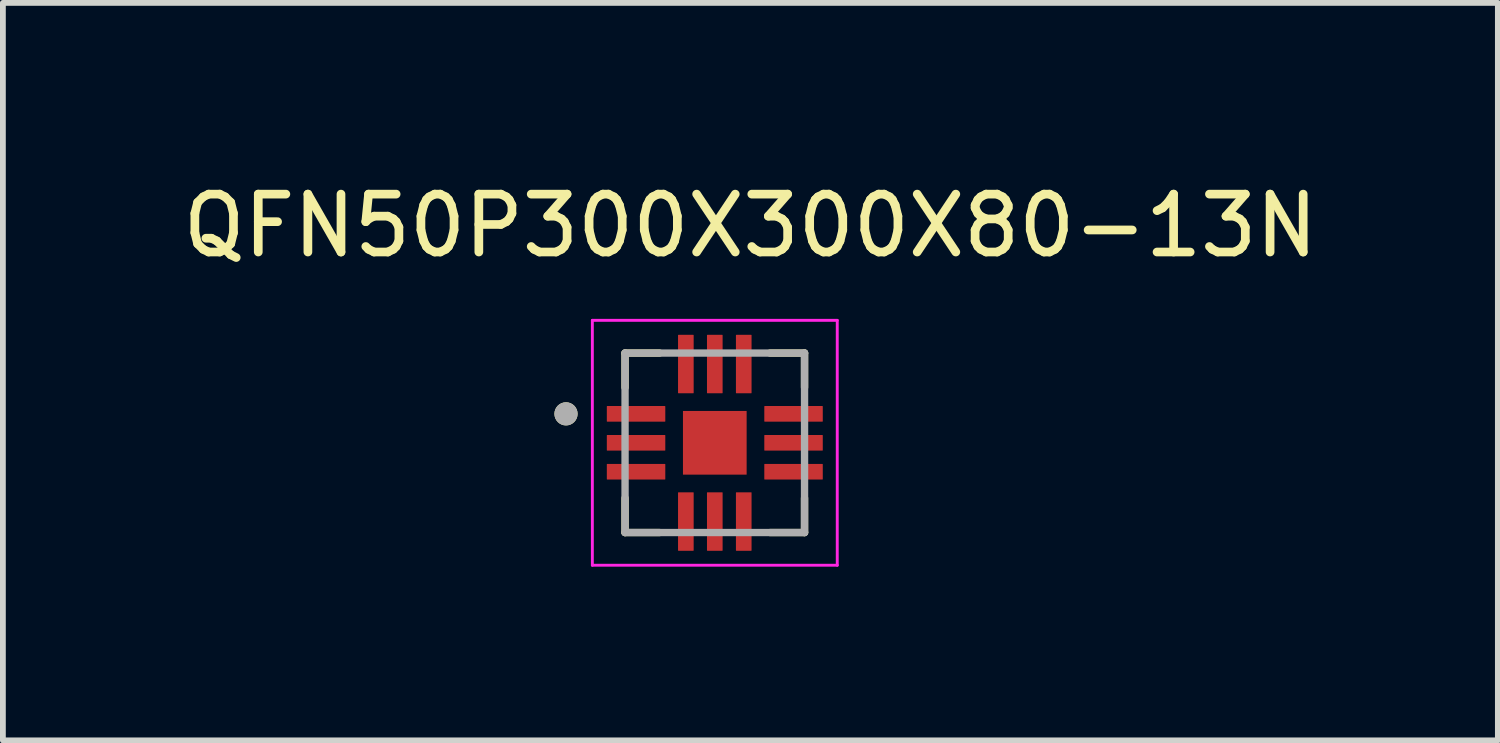
<source format=kicad_pcb>
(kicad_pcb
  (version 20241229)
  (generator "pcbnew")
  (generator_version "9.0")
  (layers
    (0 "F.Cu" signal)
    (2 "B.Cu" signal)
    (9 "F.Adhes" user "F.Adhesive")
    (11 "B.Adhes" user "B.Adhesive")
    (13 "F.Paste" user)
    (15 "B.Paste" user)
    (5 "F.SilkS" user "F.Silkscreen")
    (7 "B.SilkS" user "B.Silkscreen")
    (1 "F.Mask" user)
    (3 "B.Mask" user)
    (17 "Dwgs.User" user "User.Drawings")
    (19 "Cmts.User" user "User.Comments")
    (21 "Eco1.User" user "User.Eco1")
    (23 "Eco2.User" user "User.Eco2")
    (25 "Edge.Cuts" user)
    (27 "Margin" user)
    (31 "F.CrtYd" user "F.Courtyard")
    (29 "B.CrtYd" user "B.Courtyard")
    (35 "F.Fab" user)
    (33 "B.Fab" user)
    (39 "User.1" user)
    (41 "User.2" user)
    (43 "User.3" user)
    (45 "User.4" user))
  (footprint "QFN50P300X300X80-13N"
    (layer "F.Cu")
    (at 9.296 4.598)
    (property "Reference" "QFN50P300X300X80-13N" (at 0.615 -3.75 0) (layer "F.SilkS") (effects (font (size 1 1) (thickness 0.15))))
    (attr smd)
    (fp_line (start -1.55 -1.55) (end -1.55 -0.955) (stroke (width 0.127) (type solid)) (layer "F.SilkS"))
    (fp_line (start -1.55 -1.55) (end -0.955 -1.55) (stroke (width 0.127) (type solid)) (layer "F.SilkS"))
    (fp_line (start -1.55 1.55) (end -1.55 0.955) (stroke (width 0.127) (type solid)) (layer "F.SilkS"))
    (fp_line (start -1.55 1.55) (end -0.955 1.55) (stroke (width 0.127) (type solid)) (layer "F.SilkS"))
    (fp_line (start 1.55 -1.55) (end 0.955 -1.55) (stroke (width 0.127) (type solid)) (layer "F.SilkS"))
    (fp_line (start 1.55 -1.55) (end 1.55 -0.955) (stroke (width 0.127) (type solid)) (layer "F.SilkS"))
    (fp_line (start 1.55 1.55) (end 0.955 1.55) (stroke (width 0.127) (type solid)) (layer "F.SilkS"))
    (fp_line (start 1.55 1.55) (end 1.55 0.955) (stroke (width 0.127) (type solid)) (layer "F.SilkS"))
    (fp_circle (center -2.57 -0.5) (end -2.47 -0.5) (stroke (width 0.2) (type solid)) (fill no) (layer "F.SilkS"))
    (fp_poly (pts (xy -0.35 -0.35) (xy 0.35 -0.35) (xy 0.35 0.35) (xy -0.35 0.35)) (stroke (width 0.01) (type solid)) (fill yes) (layer "F.Paste"))
    (fp_line (start -2.115 -2.115) (end 2.115 -2.115) (stroke (width 0.05) (type solid)) (layer "F.CrtYd"))
    (fp_line (start -2.115 2.115) (end -2.115 -2.115) (stroke (width 0.05) (type solid)) (layer "F.CrtYd"))
    (fp_line (start -2.115 2.115) (end 2.115 2.115) (stroke (width 0.05) (type solid)) (layer "F.CrtYd"))
    (fp_line (start 2.115 2.115) (end 2.115 -2.115) (stroke (width 0.05) (type solid)) (layer "F.CrtYd"))
    (fp_line (start -1.55 1.55) (end -1.55 -1.55) (stroke (width 0.127) (type solid)) (layer "F.Fab"))
    (fp_line (start 1.55 -1.55) (end -1.55 -1.55) (stroke (width 0.127) (type solid)) (layer "F.Fab"))
    (fp_line (start 1.55 1.55) (end -1.55 1.55) (stroke (width 0.127) (type solid)) (layer "F.Fab"))
    (fp_line (start 1.55 1.55) (end 1.55 -1.55) (stroke (width 0.127) (type solid)) (layer "F.Fab"))
    (fp_circle (center -2.57 -0.5) (end -2.47 -0.5) (stroke (width 0.2) (type solid)) (fill no) (layer "F.Fab"))
    (pad "1" smd roundrect (at -1.36 -0.5) (size 1.01 0.27) (layers "F.Cu" "F.Mask" "F.Paste") (roundrect_rratio 0.03))
    (pad "2" smd roundrect (at -1.36 0) (size 1.01 0.27) (layers "F.Cu" "F.Mask" "F.Paste") (roundrect_rratio 0.03))
    (pad "3" smd roundrect (at -1.36 0.5) (size 1.01 0.27) (layers "F.Cu" "F.Mask" "F.Paste") (roundrect_rratio 0.03))
    (pad "4" smd roundrect (at -0.5 1.36 90) (size 1.01 0.27) (layers "F.Cu" "F.Mask" "F.Paste") (roundrect_rratio 0.03))
    (pad "5" smd roundrect (at 0 1.36 90) (size 1.01 0.27) (layers "F.Cu" "F.Mask" "F.Paste") (roundrect_rratio 0.03))
    (pad "6" smd roundrect (at 0.5 1.36 90) (size 1.01 0.27) (layers "F.Cu" "F.Mask" "F.Paste") (roundrect_rratio 0.03))
    (pad "7" smd roundrect (at 1.36 0.5) (size 1.01 0.27) (layers "F.Cu" "F.Mask" "F.Paste") (roundrect_rratio 0.03))
    (pad "8" smd roundrect (at 1.36 0) (size 1.01 0.27) (layers "F.Cu" "F.Mask" "F.Paste") (roundrect_rratio 0.03))
    (pad "9" smd roundrect (at 1.36 -0.5) (size 1.01 0.27) (layers "F.Cu" "F.Mask" "F.Paste") (roundrect_rratio 0.03))
    (pad "10" smd roundrect (at 0.5 -1.36 90) (size 1.01 0.27) (layers "F.Cu" "F.Mask" "F.Paste") (roundrect_rratio 0.03))
    (pad "11" smd roundrect (at 0 -1.36 90) (size 1.01 0.27) (layers "F.Cu" "F.Mask" "F.Paste") (roundrect_rratio 0.03))
    (pad "12" smd roundrect (at -0.5 -1.36 90) (size 1.01 0.27) (layers "F.Cu" "F.Mask" "F.Paste") (roundrect_rratio 0.03))
    (pad "13" smd rect (at 0 0) (size 1.1 1.1) (layers "F.Cu" "F.Mask")))
  (gr_rect
    (start -3 -3)
    (end 22.821 9.738)
    (stroke (width 0.1) (type default))
    (fill no)
    (layer "Edge.Cuts")))
</source>
